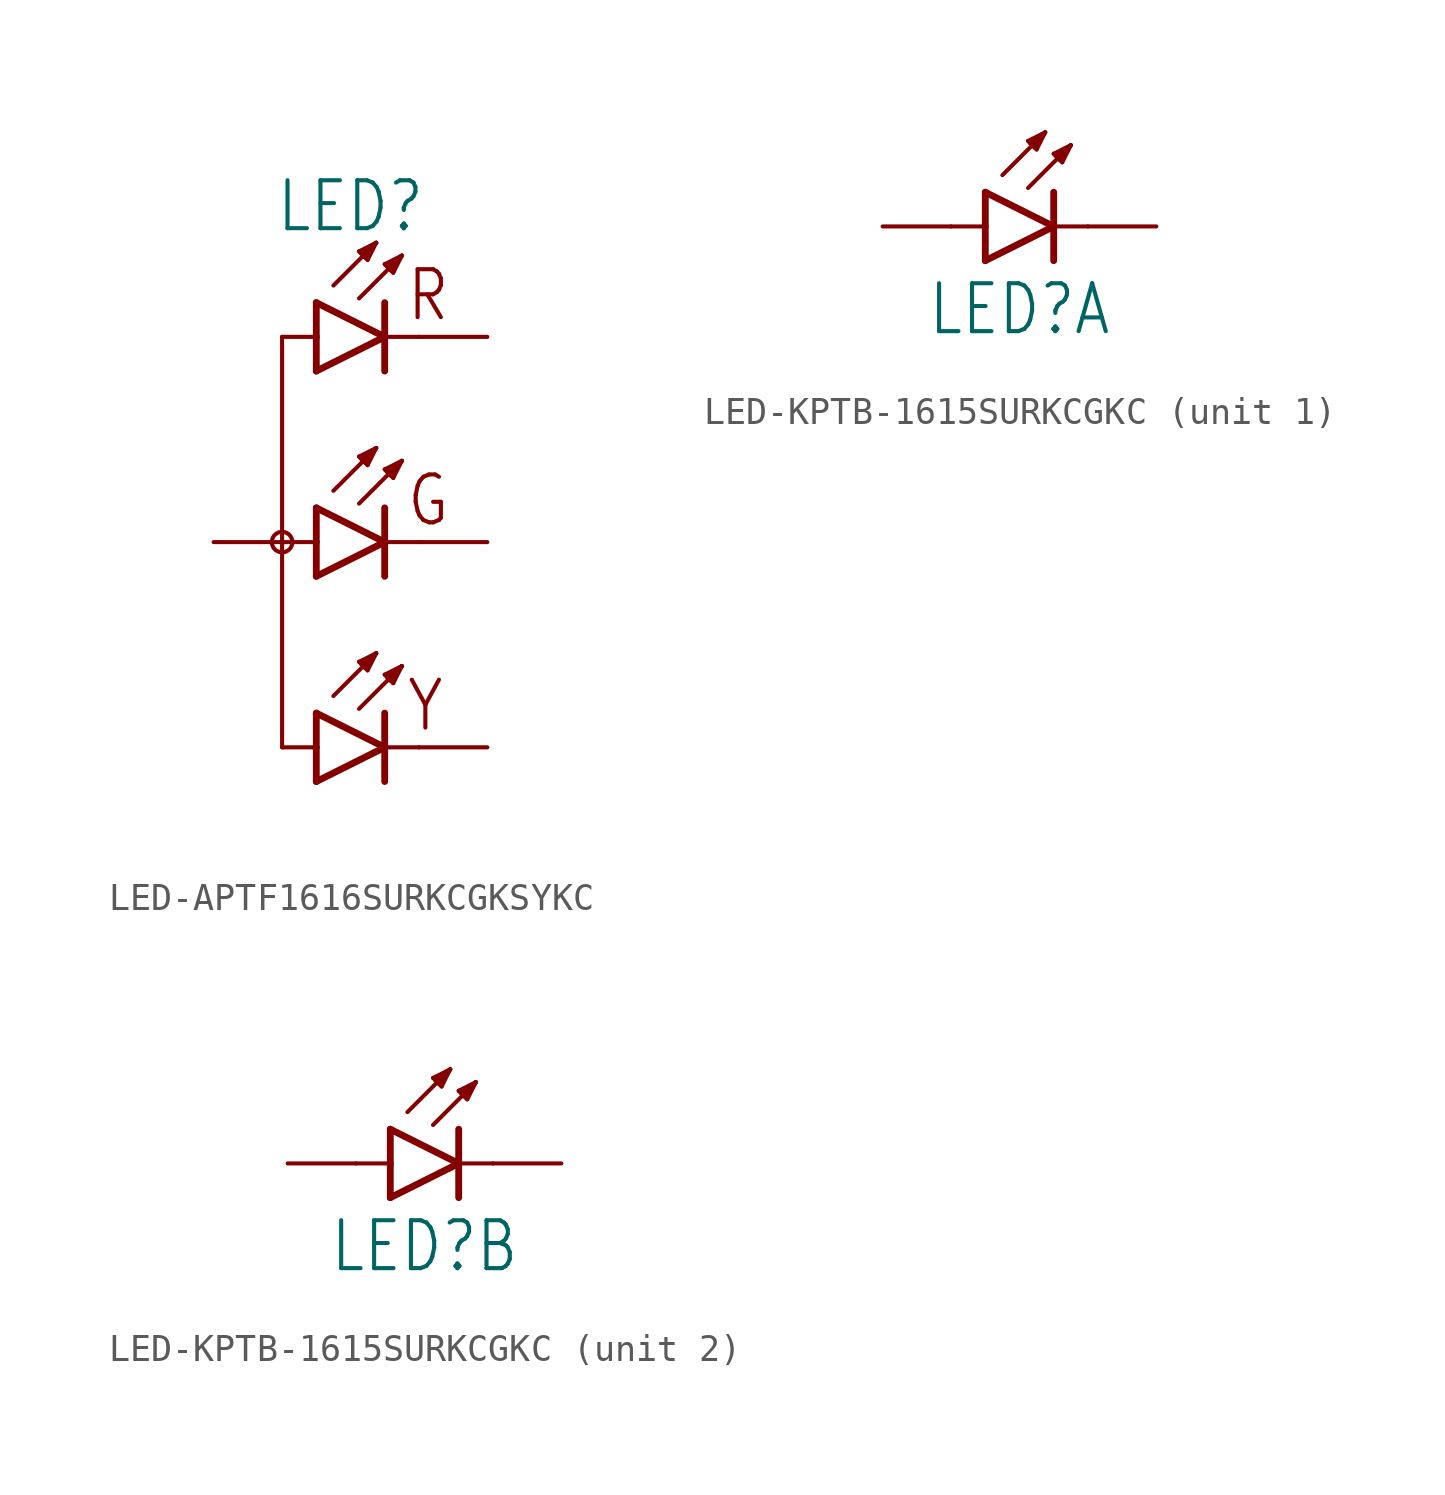
<source format=kicad_sym>
(kicad_symbol_lib
  (version 20231120)
  (generator "kicad_symbol_editor")
  (generator_version "8.0")
  (symbol "LED-APTF1616SURKCGKSYKC"
    (property "Reference" "LED"
      (at 0 11.43 0)
      (effects (font (size 1.778 1.511)) (justify bottom)))
    (property "Value" ""
      (at 1.016 -9.398 0)
      (effects (font (size 1.778 1.511)) (justify top)))
    (property "ki_locked" ""
      (at 0 0 0)
      (effects (font (size 1.27 1.27))))
    (symbol "LED-APTF1616SURKCGKSYKC_1_0"
      (circle (center -2.54 0) (radius 0.381) (stroke (width 0) (type solid)) (fill (type none)))
      (polyline (pts (xy -2.54 -7.62) (xy -2.54 0)) (stroke (width 0.152) (type solid)) (fill (type none)))
      (polyline (pts (xy -2.54 -7.62) (xy -1.27 -7.62)) (stroke (width 0.152) (type solid)) (fill (type none)))
      (polyline (pts (xy -2.54 0) (xy -2.54 7.62)) (stroke (width 0.152) (type solid)) (fill (type none)))
      (polyline (pts (xy -2.54 0) (xy -1.27 0)) (stroke (width 0.152) (type solid)) (fill (type none)))
      (polyline (pts (xy -2.54 7.62) (xy -1.27 7.62)) (stroke (width 0.152) (type solid)) (fill (type none)))
      (polyline (pts (xy -1.27 -8.89) (xy 1.27 -7.62)) (stroke (width 0.254) (type solid)) (fill (type none)))
      (polyline (pts (xy -1.27 -7.62) (xy -1.27 -8.89)) (stroke (width 0.254) (type solid)) (fill (type none)))
      (polyline (pts (xy -1.27 -6.35) (xy -1.27 -7.62)) (stroke (width 0.254) (type solid)) (fill (type none)))
      (polyline (pts (xy -1.27 -1.27) (xy 1.27 0)) (stroke (width 0.254) (type solid)) (fill (type none)))
      (polyline (pts (xy -1.27 0) (xy -1.27 -1.27)) (stroke (width 0.254) (type solid)) (fill (type none)))
      (polyline (pts (xy -1.27 1.27) (xy -1.27 0)) (stroke (width 0.254) (type solid)) (fill (type none)))
      (polyline (pts (xy -1.27 6.35) (xy 1.27 7.62)) (stroke (width 0.254) (type solid)) (fill (type none)))
      (polyline (pts (xy -1.27 7.62) (xy -1.27 6.35)) (stroke (width 0.254) (type solid)) (fill (type none)))
      (polyline (pts (xy -1.27 8.89) (xy -1.27 7.62)) (stroke (width 0.254) (type solid)) (fill (type none)))
      (polyline (pts (xy -0.635 -5.715) (xy 0.953 -4.128)) (stroke (width 0.152) (type solid)) (fill (type none)))
      (polyline (pts (xy -0.635 1.905) (xy 0.953 3.493)) (stroke (width 0.152) (type solid)) (fill (type none)))
      (polyline (pts (xy -0.635 9.525) (xy 0.953 11.113)) (stroke (width 0.152) (type solid)) (fill (type none)))
      (polyline (pts (xy 0.318 -6.191) (xy 1.905 -4.604)) (stroke (width 0.152) (type solid)) (fill (type none)))
      (polyline (pts (xy 0.318 -4.445) (xy 0.397 -4.524)) (stroke (width 0.152) (type solid)) (fill (type none)))
      (polyline (pts (xy 0.318 1.429) (xy 1.905 3.016)) (stroke (width 0.152) (type solid)) (fill (type none)))
      (polyline (pts (xy 0.318 3.175) (xy 0.397 3.096)) (stroke (width 0.152) (type solid)) (fill (type none)))
      (polyline (pts (xy 0.318 9.049) (xy 1.905 10.636)) (stroke (width 0.152) (type solid)) (fill (type none)))
      (polyline (pts (xy 0.318 10.795) (xy 0.397 10.716)) (stroke (width 0.152) (type solid)) (fill (type none)))
      (polyline (pts (xy 0.397 -4.524) (xy 0.556 -4.683)) (stroke (width 0.152) (type solid)) (fill (type none)))
      (polyline (pts (xy 0.397 3.096) (xy 0.556 2.937)) (stroke (width 0.152) (type solid)) (fill (type none)))
      (polyline (pts (xy 0.397 10.716) (xy 0.556 10.557)) (stroke (width 0.152) (type solid)) (fill (type none)))
      (polyline (pts (xy 0.556 -4.683) (xy 0.635 -4.763)) (stroke (width 0.152) (type solid)) (fill (type none)))
      (polyline (pts (xy 0.556 2.937) (xy 0.635 2.857)) (stroke (width 0.152) (type solid)) (fill (type none)))
      (polyline (pts (xy 0.556 10.557) (xy 0.635 10.477)) (stroke (width 0.152) (type solid)) (fill (type none)))
      (polyline (pts (xy 0.635 -4.763) (xy 0.953 -4.128)) (stroke (width 0.152) (type solid)) (fill (type none)))
      (polyline (pts (xy 0.635 2.857) (xy 0.953 3.493)) (stroke (width 0.152) (type solid)) (fill (type none)))
      (polyline (pts (xy 0.635 10.477) (xy 0.953 11.113)) (stroke (width 0.152) (type solid)) (fill (type none)))
      (polyline (pts (xy 0.953 -4.128) (xy 0.318 -4.445)) (stroke (width 0.152) (type solid)) (fill (type none)))
      (polyline (pts (xy 0.953 -4.128) (xy 0.397 -4.524)) (stroke (width 0.152) (type solid)) (fill (type none)))
      (polyline (pts (xy 0.953 -4.128) (xy 0.556 -4.683)) (stroke (width 0.152) (type solid)) (fill (type none)))
      (polyline (pts (xy 0.953 3.493) (xy 0.318 3.175)) (stroke (width 0.152) (type solid)) (fill (type none)))
      (polyline (pts (xy 0.953 3.493) (xy 0.397 3.096)) (stroke (width 0.152) (type solid)) (fill (type none)))
      (polyline (pts (xy 0.953 3.493) (xy 0.556 2.937)) (stroke (width 0.152) (type solid)) (fill (type none)))
      (polyline (pts (xy 0.953 11.113) (xy 0.318 10.795)) (stroke (width 0.152) (type solid)) (fill (type none)))
      (polyline (pts (xy 0.953 11.113) (xy 0.397 10.716)) (stroke (width 0.152) (type solid)) (fill (type none)))
      (polyline (pts (xy 0.953 11.113) (xy 0.556 10.557)) (stroke (width 0.152) (type solid)) (fill (type none)))
      (polyline (pts (xy 1.27 -7.62) (xy -1.27 -6.35)) (stroke (width 0.254) (type solid)) (fill (type none)))
      (polyline (pts (xy 1.27 -7.62) (xy 1.27 -8.89)) (stroke (width 0.254) (type solid)) (fill (type none)))
      (polyline (pts (xy 1.27 -6.35) (xy 1.27 -7.62)) (stroke (width 0.254) (type solid)) (fill (type none)))
      (polyline (pts (xy 1.27 -4.921) (xy 1.349 -5.001)) (stroke (width 0.152) (type solid)) (fill (type none)))
      (polyline (pts (xy 1.27 0) (xy -1.27 1.27)) (stroke (width 0.254) (type solid)) (fill (type none)))
      (polyline (pts (xy 1.27 0) (xy 1.27 -1.27)) (stroke (width 0.254) (type solid)) (fill (type none)))
      (polyline (pts (xy 1.27 1.27) (xy 1.27 0)) (stroke (width 0.254) (type solid)) (fill (type none)))
      (polyline (pts (xy 1.27 2.699) (xy 1.349 2.619)) (stroke (width 0.152) (type solid)) (fill (type none)))
      (polyline (pts (xy 1.27 7.62) (xy -1.27 8.89)) (stroke (width 0.254) (type solid)) (fill (type none)))
      (polyline (pts (xy 1.27 7.62) (xy 1.27 6.35)) (stroke (width 0.254) (type solid)) (fill (type none)))
      (polyline (pts (xy 1.27 8.89) (xy 1.27 7.62)) (stroke (width 0.254) (type solid)) (fill (type none)))
      (polyline (pts (xy 1.27 10.319) (xy 1.349 10.239)) (stroke (width 0.152) (type solid)) (fill (type none)))
      (polyline (pts (xy 1.349 -5.001) (xy 1.508 -5.159)) (stroke (width 0.152) (type solid)) (fill (type none)))
      (polyline (pts (xy 1.349 2.619) (xy 1.508 2.461)) (stroke (width 0.152) (type solid)) (fill (type none)))
      (polyline (pts (xy 1.349 10.239) (xy 1.508 10.081)) (stroke (width 0.152) (type solid)) (fill (type none)))
      (polyline (pts (xy 1.508 -5.159) (xy 1.587 -5.239)) (stroke (width 0.152) (type solid)) (fill (type none)))
      (polyline (pts (xy 1.508 2.461) (xy 1.587 2.381)) (stroke (width 0.152) (type solid)) (fill (type none)))
      (polyline (pts (xy 1.508 10.081) (xy 1.587 10.001)) (stroke (width 0.152) (type solid)) (fill (type none)))
      (polyline (pts (xy 1.587 -5.239) (xy 1.905 -4.604)) (stroke (width 0.152) (type solid)) (fill (type none)))
      (polyline (pts (xy 1.587 2.381) (xy 1.905 3.016)) (stroke (width 0.152) (type solid)) (fill (type none)))
      (polyline (pts (xy 1.587 10.001) (xy 1.905 10.636)) (stroke (width 0.152) (type solid)) (fill (type none)))
      (polyline (pts (xy 1.905 -4.604) (xy 1.27 -4.921)) (stroke (width 0.152) (type solid)) (fill (type none)))
      (polyline (pts (xy 1.905 -4.604) (xy 1.349 -5.001)) (stroke (width 0.152) (type solid)) (fill (type none)))
      (polyline (pts (xy 1.905 -4.604) (xy 1.508 -5.159)) (stroke (width 0.152) (type solid)) (fill (type none)))
      (polyline (pts (xy 1.905 3.016) (xy 1.27 2.699)) (stroke (width 0.152) (type solid)) (fill (type none)))
      (polyline (pts (xy 1.905 3.016) (xy 1.349 2.619)) (stroke (width 0.152) (type solid)) (fill (type none)))
      (polyline (pts (xy 1.905 3.016) (xy 1.508 2.461)) (stroke (width 0.152) (type solid)) (fill (type none)))
      (polyline (pts (xy 1.905 10.636) (xy 1.27 10.319)) (stroke (width 0.152) (type solid)) (fill (type none)))
      (polyline (pts (xy 1.905 10.636) (xy 1.349 10.239)) (stroke (width 0.152) (type solid)) (fill (type none)))
      (polyline (pts (xy 1.905 10.636) (xy 1.508 10.081)) (stroke (width 0.152) (type solid)) (fill (type none)))
      (polyline (pts (xy 2.54 -7.62) (xy 1.27 -7.62)) (stroke (width 0.152) (type solid)) (fill (type none)))
      (polyline (pts (xy 2.54 0) (xy 1.27 0)) (stroke (width 0.152) (type solid)) (fill (type none)))
      (polyline (pts (xy 2.54 7.62) (xy 1.27 7.62)) (stroke (width 0.152) (type solid)) (fill (type none)))
      (text "G" (at 2.032 0.508 0) (effects (font (size 1.778 1.511)) (justify left bottom)))
      (text "R" (at 2.032 8.128 0) (effects (font (size 1.778 1.511)) (justify left bottom)))
      (text "Y" (at 2.032 -7.112 0) (effects (font (size 1.778 1.511)) (justify left bottom)))
      (pin passive line (at -5.08 0 0) (length 2.54) (name "A" (effects (font (size 0 0)))) (number "1" (effects (font (size 0 0)))))
      (pin passive line (at 5.08 7.62 180) (length 2.54) (name "C_R" (effects (font (size 0 0)))) (number "2" (effects (font (size 0 0)))))
      (pin passive line (at 5.08 0 180) (length 2.54) (name "C_G" (effects (font (size 0 0)))) (number "3" (effects (font (size 0 0)))))
      (pin passive line (at 5.08 -7.62 180) (length 2.54) (name "C_Y" (effects (font (size 0 0)))) (number "4" (effects (font (size 0 0)))))))
  (symbol "LED-KPTB-1615SURKCGKC"
    (property "Reference" "LED"
      (at 0 -2.032 0)
      (effects (font (size 1.778 1.511)) (justify top)))
    (property "Value" ""
      (at 0 -4.572 0)
      (effects (font (size 1.778 1.511)) (justify top)))
    (property "ki_locked" ""
      (at 0 0 0)
      (effects (font (size 1.27 1.27))))
    (symbol "LED-KPTB-1615SURKCGKC_1_0"
      (polyline (pts (xy -2.54 0) (xy -1.27 0)) (stroke (width 0.152) (type solid)) (fill (type none)))
      (polyline (pts (xy -1.27 -1.27) (xy 1.27 0)) (stroke (width 0.254) (type solid)) (fill (type none)))
      (polyline (pts (xy -1.27 0) (xy -1.27 -1.27)) (stroke (width 0.254) (type solid)) (fill (type none)))
      (polyline (pts (xy -1.27 1.27) (xy -1.27 0)) (stroke (width 0.254) (type solid)) (fill (type none)))
      (polyline (pts (xy -0.635 1.905) (xy 0.953 3.493)) (stroke (width 0.152) (type solid)) (fill (type none)))
      (polyline (pts (xy 0.318 1.429) (xy 1.905 3.016)) (stroke (width 0.152) (type solid)) (fill (type none)))
      (polyline (pts (xy 0.318 3.175) (xy 0.397 3.096)) (stroke (width 0.152) (type solid)) (fill (type none)))
      (polyline (pts (xy 0.397 3.096) (xy 0.556 2.937)) (stroke (width 0.152) (type solid)) (fill (type none)))
      (polyline (pts (xy 0.556 2.937) (xy 0.635 2.857)) (stroke (width 0.152) (type solid)) (fill (type none)))
      (polyline (pts (xy 0.635 2.857) (xy 0.953 3.493)) (stroke (width 0.152) (type solid)) (fill (type none)))
      (polyline (pts (xy 0.953 3.493) (xy 0.318 3.175)) (stroke (width 0.152) (type solid)) (fill (type none)))
      (polyline (pts (xy 0.953 3.493) (xy 0.397 3.096)) (stroke (width 0.152) (type solid)) (fill (type none)))
      (polyline (pts (xy 0.953 3.493) (xy 0.556 2.937)) (stroke (width 0.152) (type solid)) (fill (type none)))
      (polyline (pts (xy 1.27 0) (xy -1.27 1.27)) (stroke (width 0.254) (type solid)) (fill (type none)))
      (polyline (pts (xy 1.27 0) (xy 1.27 -1.27)) (stroke (width 0.254) (type solid)) (fill (type none)))
      (polyline (pts (xy 1.27 1.27) (xy 1.27 0)) (stroke (width 0.254) (type solid)) (fill (type none)))
      (polyline (pts (xy 1.27 2.699) (xy 1.349 2.619)) (stroke (width 0.152) (type solid)) (fill (type none)))
      (polyline (pts (xy 1.349 2.619) (xy 1.508 2.461)) (stroke (width 0.152) (type solid)) (fill (type none)))
      (polyline (pts (xy 1.508 2.461) (xy 1.587 2.381)) (stroke (width 0.152) (type solid)) (fill (type none)))
      (polyline (pts (xy 1.587 2.381) (xy 1.905 3.016)) (stroke (width 0.152) (type solid)) (fill (type none)))
      (polyline (pts (xy 1.905 3.016) (xy 1.27 2.699)) (stroke (width 0.152) (type solid)) (fill (type none)))
      (polyline (pts (xy 1.905 3.016) (xy 1.349 2.619)) (stroke (width 0.152) (type solid)) (fill (type none)))
      (polyline (pts (xy 1.905 3.016) (xy 1.508 2.461)) (stroke (width 0.152) (type solid)) (fill (type none)))
      (polyline (pts (xy 2.54 0) (xy 1.27 0)) (stroke (width 0.152) (type solid)) (fill (type none)))
      (pin passive line (at -5.08 0 0) (length 2.54) (name "A" (effects (font (size 0 0)))) (number "1" (effects (font (size 0 0)))))
      (pin passive line (at 5.08 0 180) (length 2.54) (name "C" (effects (font (size 0 0)))) (number "2" (effects (font (size 0 0))))))
    (symbol "LED-KPTB-1615SURKCGKC_2_0"
      (polyline (pts (xy -2.54 0) (xy -1.27 0)) (stroke (width 0.152) (type solid)) (fill (type none)))
      (polyline (pts (xy -1.27 -1.27) (xy 1.27 0)) (stroke (width 0.254) (type solid)) (fill (type none)))
      (polyline (pts (xy -1.27 0) (xy -1.27 -1.27)) (stroke (width 0.254) (type solid)) (fill (type none)))
      (polyline (pts (xy -1.27 1.27) (xy -1.27 0)) (stroke (width 0.254) (type solid)) (fill (type none)))
      (polyline (pts (xy -0.635 1.905) (xy 0.953 3.493)) (stroke (width 0.152) (type solid)) (fill (type none)))
      (polyline (pts (xy 0.318 1.429) (xy 1.905 3.016)) (stroke (width 0.152) (type solid)) (fill (type none)))
      (polyline (pts (xy 0.318 3.175) (xy 0.397 3.096)) (stroke (width 0.152) (type solid)) (fill (type none)))
      (polyline (pts (xy 0.397 3.096) (xy 0.556 2.937)) (stroke (width 0.152) (type solid)) (fill (type none)))
      (polyline (pts (xy 0.556 2.937) (xy 0.635 2.857)) (stroke (width 0.152) (type solid)) (fill (type none)))
      (polyline (pts (xy 0.635 2.857) (xy 0.953 3.493)) (stroke (width 0.152) (type solid)) (fill (type none)))
      (polyline (pts (xy 0.953 3.493) (xy 0.318 3.175)) (stroke (width 0.152) (type solid)) (fill (type none)))
      (polyline (pts (xy 0.953 3.493) (xy 0.397 3.096)) (stroke (width 0.152) (type solid)) (fill (type none)))
      (polyline (pts (xy 0.953 3.493) (xy 0.556 2.937)) (stroke (width 0.152) (type solid)) (fill (type none)))
      (polyline (pts (xy 1.27 0) (xy -1.27 1.27)) (stroke (width 0.254) (type solid)) (fill (type none)))
      (polyline (pts (xy 1.27 0) (xy 1.27 -1.27)) (stroke (width 0.254) (type solid)) (fill (type none)))
      (polyline (pts (xy 1.27 1.27) (xy 1.27 0)) (stroke (width 0.254) (type solid)) (fill (type none)))
      (polyline (pts (xy 1.27 2.699) (xy 1.349 2.619)) (stroke (width 0.152) (type solid)) (fill (type none)))
      (polyline (pts (xy 1.349 2.619) (xy 1.508 2.461)) (stroke (width 0.152) (type solid)) (fill (type none)))
      (polyline (pts (xy 1.508 2.461) (xy 1.587 2.381)) (stroke (width 0.152) (type solid)) (fill (type none)))
      (polyline (pts (xy 1.587 2.381) (xy 1.905 3.016)) (stroke (width 0.152) (type solid)) (fill (type none)))
      (polyline (pts (xy 1.905 3.016) (xy 1.27 2.699)) (stroke (width 0.152) (type solid)) (fill (type none)))
      (polyline (pts (xy 1.905 3.016) (xy 1.349 2.619)) (stroke (width 0.152) (type solid)) (fill (type none)))
      (polyline (pts (xy 1.905 3.016) (xy 1.508 2.461)) (stroke (width 0.152) (type solid)) (fill (type none)))
      (polyline (pts (xy 2.54 0) (xy 1.27 0)) (stroke (width 0.152) (type solid)) (fill (type none)))
      (pin passive line (at -5.08 0 0) (length 2.54) (name "A" (effects (font (size 0 0)))) (number "3" (effects (font (size 0 0)))))
      (pin passive line (at 5.08 0 180) (length 2.54) (name "C" (effects (font (size 0 0)))) (number "4" (effects (font (size 0 0))))))))
</source>
